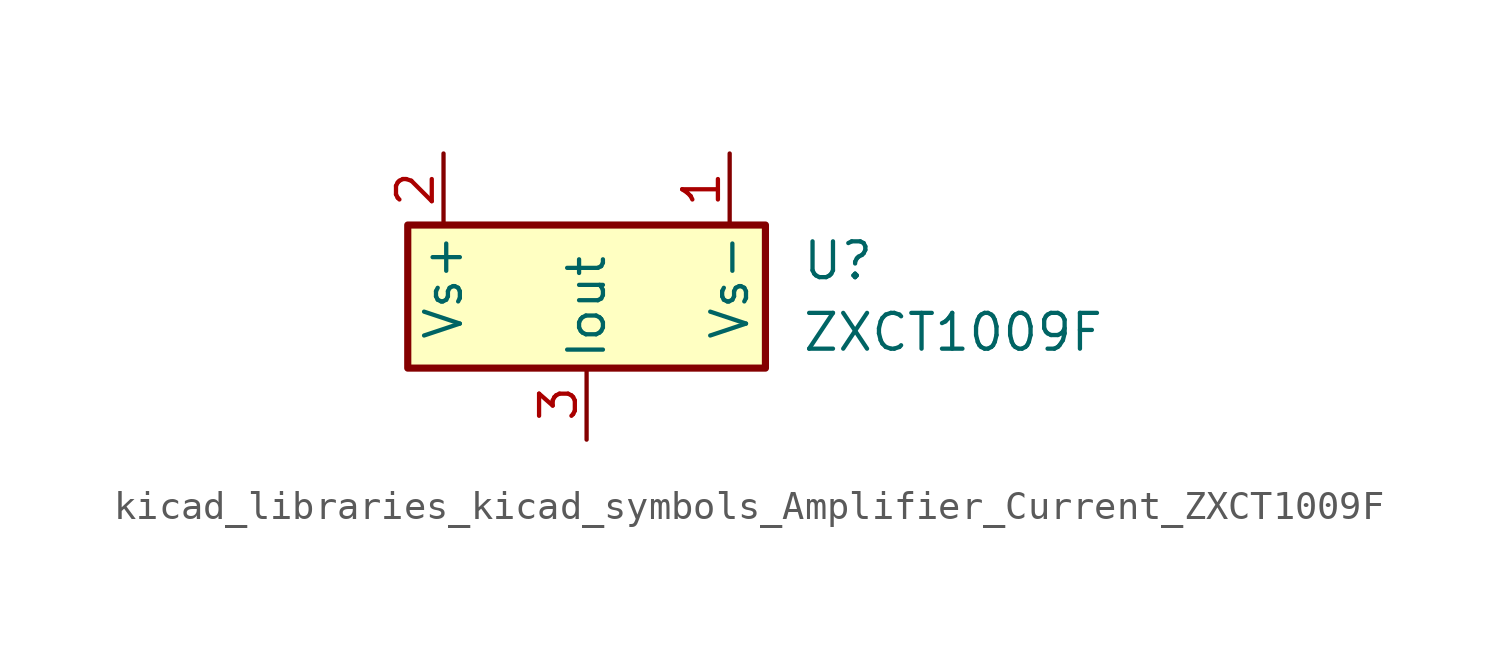
<source format=kicad_sym>
(kicad_symbol_lib
  (version 20220914)
  (generator kicad_symbol_editor)
  (symbol "kicad_libraries_kicad_symbols_Amplifier_Current_ZXCT1009F"
    (pin_names
      (offset 0.254))
    (property "Reference" "U"
      (at 7.62 1.27 0)
      (effects (font (size 1.27 1.27)) (justify left)))
    (property "Value" "ZXCT1009F"
      (at 7.62 -1.27 0)
      (effects (font (size 1.27 1.27)) (justify left)))
    (symbol "kicad_libraries_kicad_symbols_Amplifier_Current_ZXCT1009F_0_1"
      (rectangle (start -6.35 2.54) (end 6.35 -2.54) (stroke (width 0.254) (type default)) (fill (type background))))
    (symbol "kicad_libraries_kicad_symbols_Amplifier_Current_ZXCT1009F_1_1"
      (pin input line (at 5.08 5.08 270) (length 2.54) (name "Vs-" (effects (font (size 1.27 1.27)))) (number "1" (effects (font (size 1.27 1.27)))))
      (pin input line (at -5.08 5.08 270) (length 2.54) (name "Vs+" (effects (font (size 1.27 1.27)))) (number "2" (effects (font (size 1.27 1.27)))))
      (pin output line (at 0 -5.08 90) (length 2.54) (name "Iout" (effects (font (size 1.27 1.27)))) (number "3" (effects (font (size 1.27 1.27))))))))
</source>
